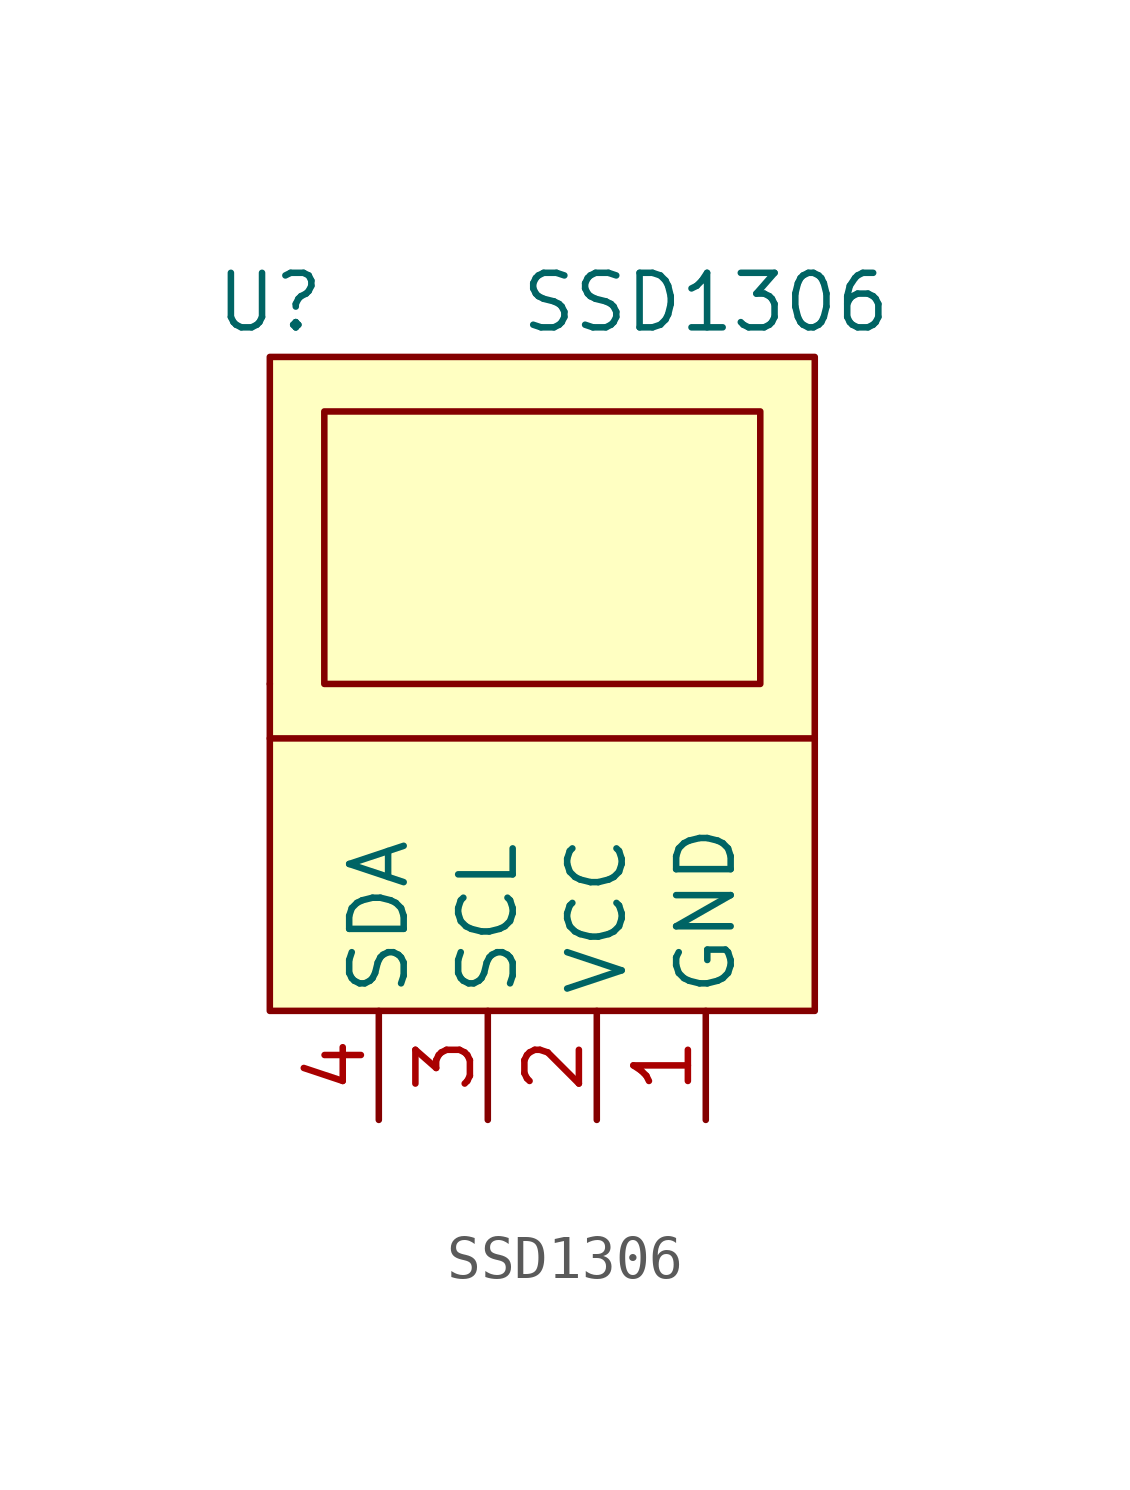
<source format=kicad_sym>
(kicad_symbol_lib
  (version 20230620)
  (generator kicad_symbol_editor)
  (symbol "SSD1306"
    (pin_names
      (offset 0.3))
    (property "Reference" "U"
      (at -6.35 12.7 0)
      (effects (font (size 1.27 1.27))))
    (property "Value" "SSD1306"
      (at 3.81 12.7 0)
      (effects (font (size 1.27 1.27))))
    (symbol "SSD1306_0_1"
      (rectangle (start -5.08 10.16) (end 5.08 3.81) (stroke (width 0) (type default)) (fill (type none)))
      (polyline (pts (xy -6.35 3.81) (xy -6.35 3.81)) (stroke (width 0) (type default)) (fill (type none)))
      (polyline (pts (xy 6.35 2.54) (xy -6.35 2.54)) (stroke (width 0) (type default)) (fill (type none))))
    (symbol "SSD1306_1_1"
      (rectangle (start -6.35 11.43) (end 6.35 -3.81) (stroke (width 0) (type default)) (fill (type background)))
      (pin input line (at 3.81 -6.35 90) (length 2.54) (name "GND" (effects (font (size 1.27 1.27)))) (number "1" (effects (font (size 1.27 1.27)))))
      (pin input line (at 1.27 -6.35 90) (length 2.54) (name "VCC" (effects (font (size 1.27 1.27)))) (number "2" (effects (font (size 1.27 1.27)))))
      (pin input line (at -1.27 -6.35 90) (length 2.54) (name "SCL" (effects (font (size 1.27 1.27)))) (number "3" (effects (font (size 1.27 1.27)))))
      (pin input line (at -3.81 -6.35 90) (length 2.54) (name "SDA" (effects (font (size 1.27 1.27)))) (number "4" (effects (font (size 1.27 1.27))))))))
</source>
